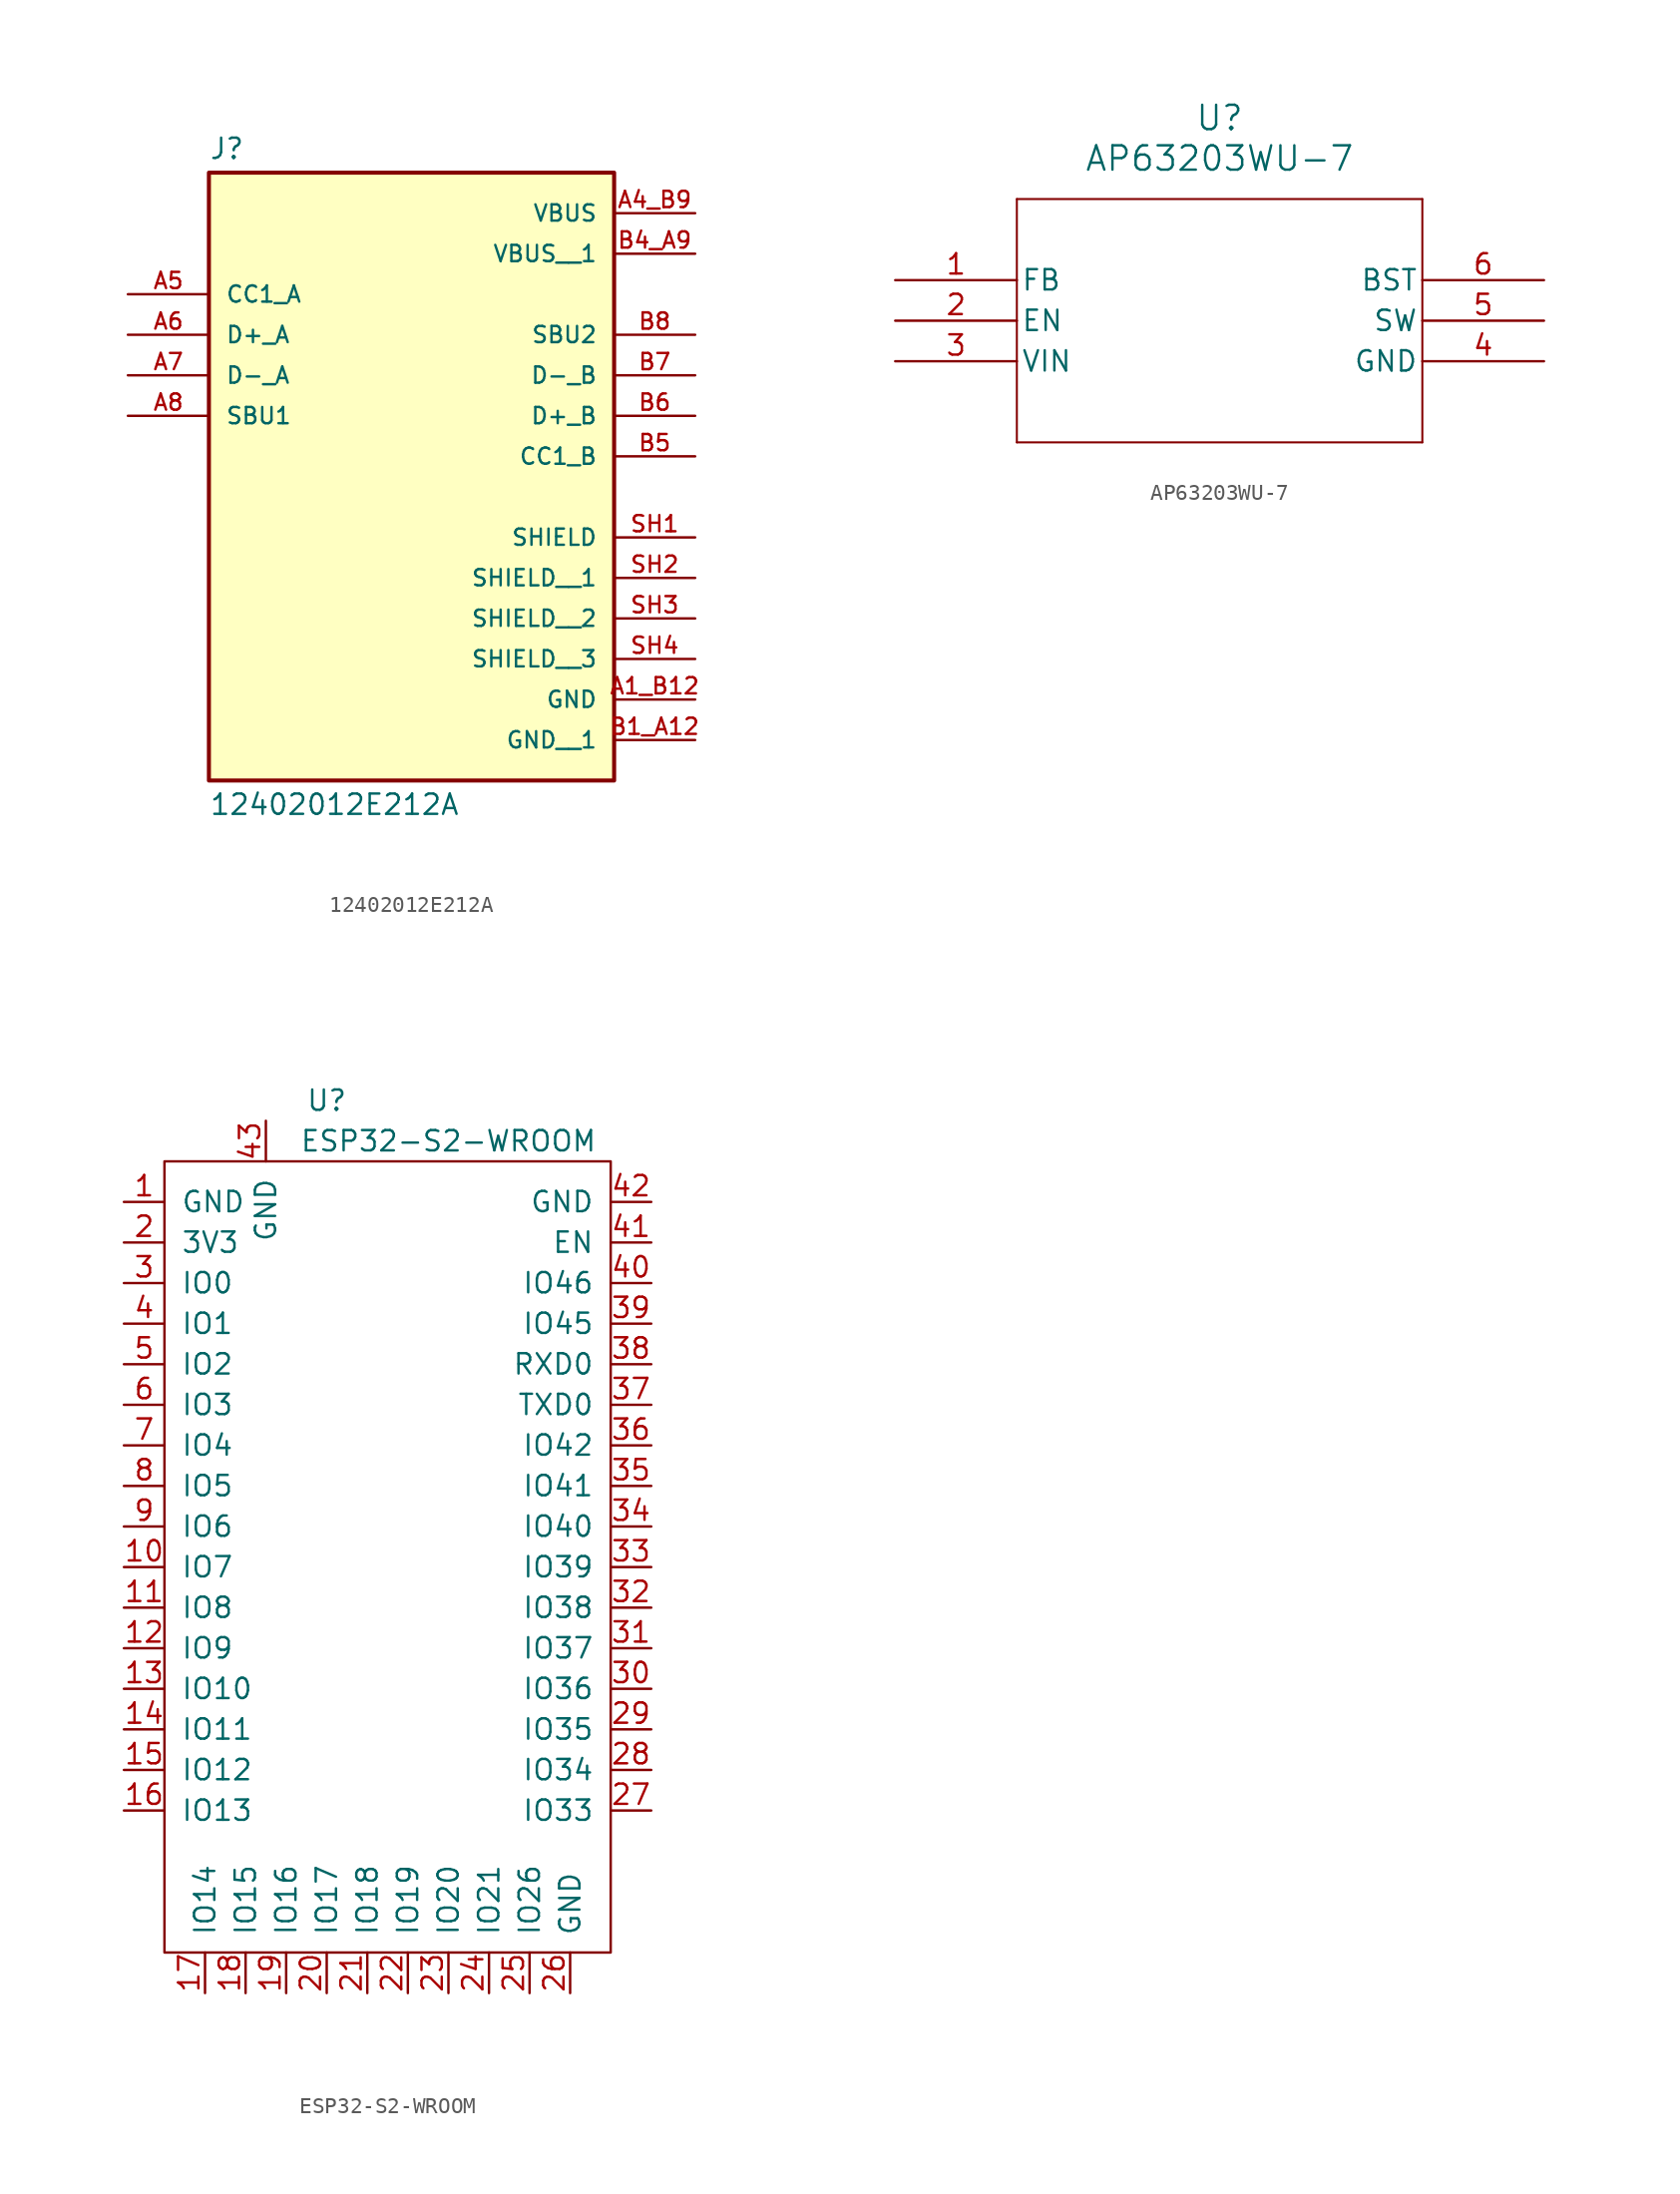
<source format=kicad_sym>
(kicad_symbol_lib
  (version 20211014)
  (generator kicad_symbol_editor)
  (symbol "12402012E212A"
    (pin_names
      (offset 1.016))
    (property "Reference" "J"
      (at -12.7 13.462 0)
      (effects (font (size 1.27 1.27)) (justify left bottom)))
    (property "Value" "12402012E212A"
      (at -12.7 -26.162 0)
      (effects (font (size 1.27 1.27)) (justify left top)))
    (symbol "12402012E212A_0_0"
      (rectangle (start -12.7 -25.4) (end 12.7 12.7) (stroke (width 0.254) (type default) (color 0 0 0 0)) (fill (type background)))
      (pin power_in line (at 17.78 -20.32 180) (length 5.08) (name "GND" (effects (font (size 1.016 1.016)))) (number "A1_B12" (effects (font (size 1.016 1.016)))))
      (pin power_in line (at 17.78 10.16 180) (length 5.08) (name "VBUS" (effects (font (size 1.016 1.016)))) (number "A4_B9" (effects (font (size 1.016 1.016)))))
      (pin bidirectional line (at -17.78 5.08 0) (length 5.08) (name "CC1_A" (effects (font (size 1.016 1.016)))) (number "A5" (effects (font (size 1.016 1.016)))))
      (pin bidirectional line (at -17.78 2.54 0) (length 5.08) (name "D+_A" (effects (font (size 1.016 1.016)))) (number "A6" (effects (font (size 1.016 1.016)))))
      (pin bidirectional line (at -17.78 0 0) (length 5.08) (name "D-_A" (effects (font (size 1.016 1.016)))) (number "A7" (effects (font (size 1.016 1.016)))))
      (pin bidirectional line (at -17.78 -2.54 0) (length 5.08) (name "SBU1" (effects (font (size 1.016 1.016)))) (number "A8" (effects (font (size 1.016 1.016)))))
      (pin power_in line (at 17.78 -22.86 180) (length 5.08) (name "GND__1" (effects (font (size 1.016 1.016)))) (number "B1_A12" (effects (font (size 1.016 1.016)))))
      (pin power_in line (at 17.78 7.62 180) (length 5.08) (name "VBUS__1" (effects (font (size 1.016 1.016)))) (number "B4_A9" (effects (font (size 1.016 1.016)))))
      (pin bidirectional line (at 17.78 -5.08 180) (length 5.08) (name "CC1_B" (effects (font (size 1.016 1.016)))) (number "B5" (effects (font (size 1.016 1.016)))))
      (pin bidirectional line (at 17.78 -2.54 180) (length 5.08) (name "D+_B" (effects (font (size 1.016 1.016)))) (number "B6" (effects (font (size 1.016 1.016)))))
      (pin bidirectional line (at 17.78 0 180) (length 5.08) (name "D-_B" (effects (font (size 1.016 1.016)))) (number "B7" (effects (font (size 1.016 1.016)))))
      (pin bidirectional line (at 17.78 2.54 180) (length 5.08) (name "SBU2" (effects (font (size 1.016 1.016)))) (number "B8" (effects (font (size 1.016 1.016)))))
      (pin passive line (at 17.78 -10.16 180) (length 5.08) (name "SHIELD" (effects (font (size 1.016 1.016)))) (number "SH1" (effects (font (size 1.016 1.016)))))
      (pin passive line (at 17.78 -12.7 180) (length 5.08) (name "SHIELD__1" (effects (font (size 1.016 1.016)))) (number "SH2" (effects (font (size 1.016 1.016)))))
      (pin passive line (at 17.78 -15.24 180) (length 5.08) (name "SHIELD__2" (effects (font (size 1.016 1.016)))) (number "SH3" (effects (font (size 1.016 1.016)))))
      (pin passive line (at 17.78 -17.78 180) (length 5.08) (name "SHIELD__3" (effects (font (size 1.016 1.016)))) (number "SH4" (effects (font (size 1.016 1.016)))))))
  (symbol "AP63203WU-7"
    (pin_names
      (offset 0.254))
    (property "Reference" "U"
      (at 20.32 10.16 0)
      (effects (font (size 1.524 1.524))))
    (property "Value" "AP63203WU-7"
      (at 20.32 7.62 0)
      (effects (font (size 1.524 1.524))))
    (property "ki_locked" ""
      (at 0 0 0)
      (effects (font (size 1.27 1.27))))
    (symbol "AP63203WU-7_0_1"
      (polyline (pts (xy 7.62 -10.16) (xy 33.02 -10.16)) (stroke (width 0.127) (type default) (color 0 0 0 0)) (fill (type none)))
      (polyline (pts (xy 7.62 5.08) (xy 7.62 -10.16)) (stroke (width 0.127) (type default) (color 0 0 0 0)) (fill (type none)))
      (polyline (pts (xy 33.02 -10.16) (xy 33.02 5.08)) (stroke (width 0.127) (type default) (color 0 0 0 0)) (fill (type none)))
      (polyline (pts (xy 33.02 5.08) (xy 7.62 5.08)) (stroke (width 0.127) (type default) (color 0 0 0 0)) (fill (type none)))
      (pin output line (at 0 0 0) (length 7.62) (name "FB" (effects (font (size 1.27 1.27)))) (number "1" (effects (font (size 1.27 1.27)))))
      (pin input line (at 0 -2.54 0) (length 7.62) (name "EN" (effects (font (size 1.27 1.27)))) (number "2" (effects (font (size 1.27 1.27)))))
      (pin power_in line (at 0 -5.08 0) (length 7.62) (name "VIN" (effects (font (size 1.27 1.27)))) (number "3" (effects (font (size 1.27 1.27)))))
      (pin power_out line (at 40.64 -5.08 180) (length 7.62) (name "GND" (effects (font (size 1.27 1.27)))) (number "4" (effects (font (size 1.27 1.27)))))
      (pin output line (at 40.64 -2.54 180) (length 7.62) (name "SW" (effects (font (size 1.27 1.27)))) (number "5" (effects (font (size 1.27 1.27)))))
      (pin input line (at 40.64 0 180) (length 7.62) (name "BST" (effects (font (size 1.27 1.27)))) (number "6" (effects (font (size 1.27 1.27)))))))
  (symbol "ESP32-S2-WROOM"
    (pin_names
      (offset 1.016))
    (property "Reference" "U"
      (at 0 21.59 0)
      (effects (font (size 1.27 1.27))))
    (property "Value" "ESP32-S2-WROOM"
      (at 7.62 19.05 0)
      (effects (font (size 1.27 1.27))))
    (symbol "ESP32-S2-WROOM_0_1"
      (rectangle (start -10.16 17.78) (end 17.78 -31.75) (stroke (width 0) (type default) (color 0 0 0 0)) (fill (type none))))
    (symbol "ESP32-S2-WROOM_1_1"
      (pin power_in line (at -12.7 15.24 0) (length 2.54) (name "GND" (effects (font (size 1.27 1.27)))) (number "1" (effects (font (size 1.27 1.27)))))
      (pin bidirectional line (at -12.7 -7.62 0) (length 2.54) (name "IO7" (effects (font (size 1.27 1.27)))) (number "10" (effects (font (size 1.27 1.27)))))
      (pin bidirectional line (at -12.7 -10.16 0) (length 2.54) (name "IO8" (effects (font (size 1.27 1.27)))) (number "11" (effects (font (size 1.27 1.27)))))
      (pin bidirectional line (at -12.7 -12.7 0) (length 2.54) (name "IO9" (effects (font (size 1.27 1.27)))) (number "12" (effects (font (size 1.27 1.27)))))
      (pin bidirectional line (at -12.7 -15.24 0) (length 2.54) (name "IO10" (effects (font (size 1.27 1.27)))) (number "13" (effects (font (size 1.27 1.27)))))
      (pin bidirectional line (at -12.7 -17.78 0) (length 2.54) (name "IO11" (effects (font (size 1.27 1.27)))) (number "14" (effects (font (size 1.27 1.27)))))
      (pin bidirectional line (at -12.7 -20.32 0) (length 2.54) (name "IO12" (effects (font (size 1.27 1.27)))) (number "15" (effects (font (size 1.27 1.27)))))
      (pin bidirectional line (at -12.7 -22.86 0) (length 2.54) (name "IO13" (effects (font (size 1.27 1.27)))) (number "16" (effects (font (size 1.27 1.27)))))
      (pin bidirectional line (at -7.62 -34.29 90) (length 2.54) (name "IO14" (effects (font (size 1.27 1.27)))) (number "17" (effects (font (size 1.27 1.27)))))
      (pin bidirectional line (at -5.08 -34.29 90) (length 2.54) (name "IO15" (effects (font (size 1.27 1.27)))) (number "18" (effects (font (size 1.27 1.27)))))
      (pin bidirectional line (at -2.54 -34.29 90) (length 2.54) (name "IO16" (effects (font (size 1.27 1.27)))) (number "19" (effects (font (size 1.27 1.27)))))
      (pin power_in line (at -12.7 12.7 0) (length 2.54) (name "3V3" (effects (font (size 1.27 1.27)))) (number "2" (effects (font (size 1.27 1.27)))))
      (pin bidirectional line (at 0 -34.29 90) (length 2.54) (name "IO17" (effects (font (size 1.27 1.27)))) (number "20" (effects (font (size 1.27 1.27)))))
      (pin bidirectional line (at 2.54 -34.29 90) (length 2.54) (name "IO18" (effects (font (size 1.27 1.27)))) (number "21" (effects (font (size 1.27 1.27)))))
      (pin bidirectional line (at 5.08 -34.29 90) (length 2.54) (name "IO19" (effects (font (size 1.27 1.27)))) (number "22" (effects (font (size 1.27 1.27)))))
      (pin bidirectional line (at 7.62 -34.29 90) (length 2.54) (name "IO20" (effects (font (size 1.27 1.27)))) (number "23" (effects (font (size 1.27 1.27)))))
      (pin bidirectional line (at 10.16 -34.29 90) (length 2.54) (name "IO21" (effects (font (size 1.27 1.27)))) (number "24" (effects (font (size 1.27 1.27)))))
      (pin bidirectional line (at 12.7 -34.29 90) (length 2.54) (name "IO26" (effects (font (size 1.27 1.27)))) (number "25" (effects (font (size 1.27 1.27)))))
      (pin power_in line (at 15.24 -34.29 90) (length 2.54) (name "GND" (effects (font (size 1.27 1.27)))) (number "26" (effects (font (size 1.27 1.27)))))
      (pin bidirectional line (at 20.32 -22.86 180) (length 2.54) (name "IO33" (effects (font (size 1.27 1.27)))) (number "27" (effects (font (size 1.27 1.27)))))
      (pin bidirectional line (at 20.32 -20.32 180) (length 2.54) (name "IO34" (effects (font (size 1.27 1.27)))) (number "28" (effects (font (size 1.27 1.27)))))
      (pin bidirectional line (at 20.32 -17.78 180) (length 2.54) (name "IO35" (effects (font (size 1.27 1.27)))) (number "29" (effects (font (size 1.27 1.27)))))
      (pin bidirectional line (at -12.7 10.16 0) (length 2.54) (name "IO0" (effects (font (size 1.27 1.27)))) (number "3" (effects (font (size 1.27 1.27)))))
      (pin bidirectional line (at 20.32 -15.24 180) (length 2.54) (name "IO36" (effects (font (size 1.27 1.27)))) (number "30" (effects (font (size 1.27 1.27)))))
      (pin bidirectional line (at 20.32 -12.7 180) (length 2.54) (name "IO37" (effects (font (size 1.27 1.27)))) (number "31" (effects (font (size 1.27 1.27)))))
      (pin bidirectional line (at 20.32 -10.16 180) (length 2.54) (name "IO38" (effects (font (size 1.27 1.27)))) (number "32" (effects (font (size 1.27 1.27)))))
      (pin bidirectional line (at 20.32 -7.62 180) (length 2.54) (name "IO39" (effects (font (size 1.27 1.27)))) (number "33" (effects (font (size 1.27 1.27)))))
      (pin bidirectional line (at 20.32 -5.08 180) (length 2.54) (name "IO40" (effects (font (size 1.27 1.27)))) (number "34" (effects (font (size 1.27 1.27)))))
      (pin bidirectional line (at 20.32 -2.54 180) (length 2.54) (name "IO41" (effects (font (size 1.27 1.27)))) (number "35" (effects (font (size 1.27 1.27)))))
      (pin bidirectional line (at 20.32 0 180) (length 2.54) (name "IO42" (effects (font (size 1.27 1.27)))) (number "36" (effects (font (size 1.27 1.27)))))
      (pin bidirectional line (at 20.32 2.54 180) (length 2.54) (name "TXD0" (effects (font (size 1.27 1.27)))) (number "37" (effects (font (size 1.27 1.27)))))
      (pin bidirectional line (at 20.32 5.08 180) (length 2.54) (name "RXD0" (effects (font (size 1.27 1.27)))) (number "38" (effects (font (size 1.27 1.27)))))
      (pin bidirectional line (at 20.32 7.62 180) (length 2.54) (name "IO45" (effects (font (size 1.27 1.27)))) (number "39" (effects (font (size 1.27 1.27)))))
      (pin bidirectional line (at -12.7 7.62 0) (length 2.54) (name "IO1" (effects (font (size 1.27 1.27)))) (number "4" (effects (font (size 1.27 1.27)))))
      (pin bidirectional line (at 20.32 10.16 180) (length 2.54) (name "IO46" (effects (font (size 1.27 1.27)))) (number "40" (effects (font (size 1.27 1.27)))))
      (pin bidirectional line (at 20.32 12.7 180) (length 2.54) (name "EN" (effects (font (size 1.27 1.27)))) (number "41" (effects (font (size 1.27 1.27)))))
      (pin bidirectional line (at 20.32 15.24 180) (length 2.54) (name "GND" (effects (font (size 1.27 1.27)))) (number "42" (effects (font (size 1.27 1.27)))))
      (pin power_in line (at -3.81 20.32 270) (length 2.54) (name "GND" (effects (font (size 1.27 1.27)))) (number "43" (effects (font (size 1.27 1.27)))))
      (pin bidirectional line (at -12.7 5.08 0) (length 2.54) (name "IO2" (effects (font (size 1.27 1.27)))) (number "5" (effects (font (size 1.27 1.27)))))
      (pin bidirectional line (at -12.7 2.54 0) (length 2.54) (name "IO3" (effects (font (size 1.27 1.27)))) (number "6" (effects (font (size 1.27 1.27)))))
      (pin bidirectional line (at -12.7 0 0) (length 2.54) (name "IO4" (effects (font (size 1.27 1.27)))) (number "7" (effects (font (size 1.27 1.27)))))
      (pin bidirectional line (at -12.7 -2.54 0) (length 2.54) (name "IO5" (effects (font (size 1.27 1.27)))) (number "8" (effects (font (size 1.27 1.27)))))
      (pin bidirectional line (at -12.7 -5.08 0) (length 2.54) (name "IO6" (effects (font (size 1.27 1.27)))) (number "9" (effects (font (size 1.27 1.27))))))))
</source>
